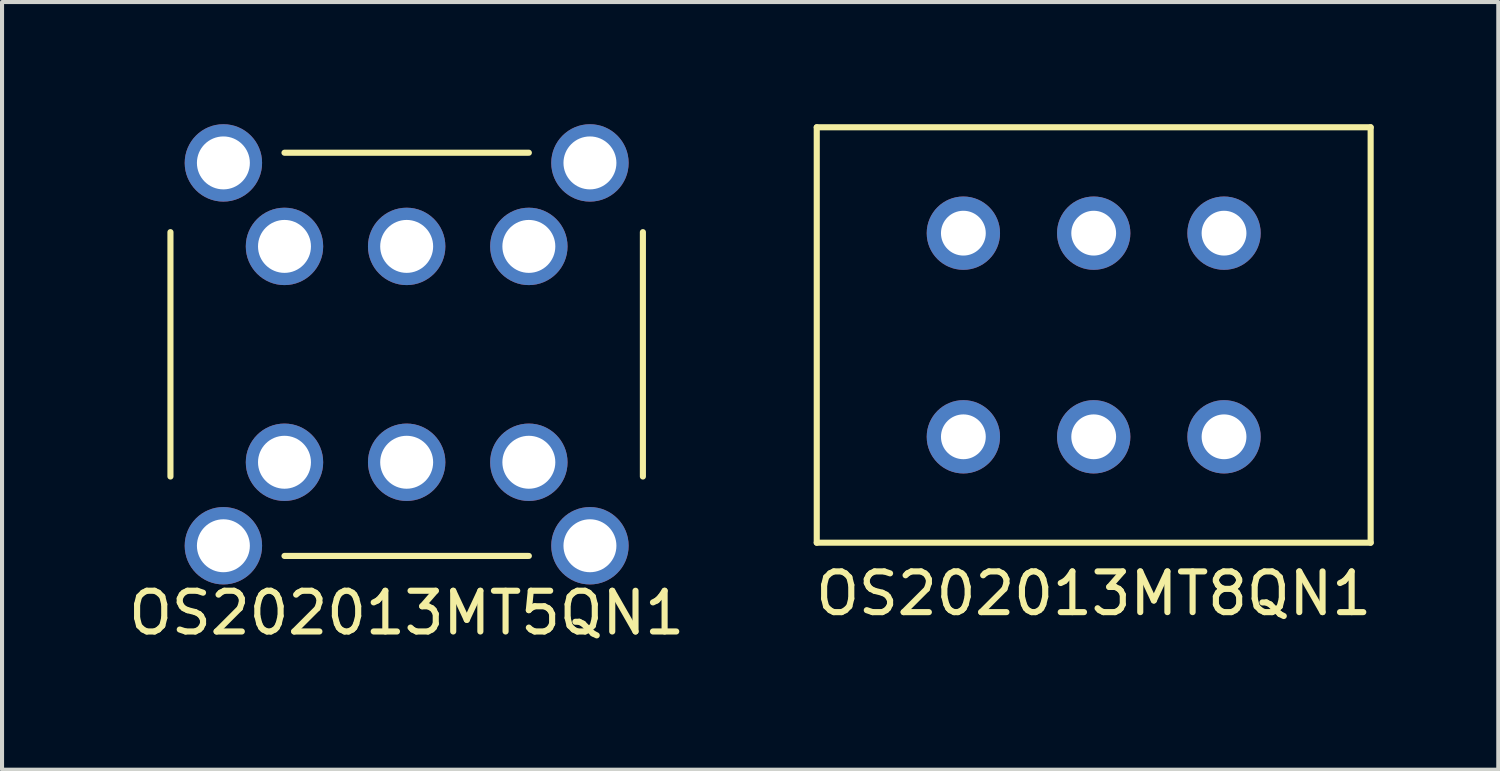
<source format=kicad_pcb>
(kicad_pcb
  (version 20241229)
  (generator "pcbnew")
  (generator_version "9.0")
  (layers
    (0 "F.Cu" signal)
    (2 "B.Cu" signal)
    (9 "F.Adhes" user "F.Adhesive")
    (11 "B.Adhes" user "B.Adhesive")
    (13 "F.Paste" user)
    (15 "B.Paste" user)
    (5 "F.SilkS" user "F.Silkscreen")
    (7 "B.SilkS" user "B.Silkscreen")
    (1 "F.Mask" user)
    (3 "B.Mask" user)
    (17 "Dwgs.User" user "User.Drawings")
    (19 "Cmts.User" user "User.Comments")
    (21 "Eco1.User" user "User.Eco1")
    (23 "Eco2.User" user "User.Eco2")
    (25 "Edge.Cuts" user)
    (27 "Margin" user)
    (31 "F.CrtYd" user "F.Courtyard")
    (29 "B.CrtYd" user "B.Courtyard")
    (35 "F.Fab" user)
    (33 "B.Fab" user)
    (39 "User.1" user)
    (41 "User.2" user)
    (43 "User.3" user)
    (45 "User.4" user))
  (footprint "OS202013MT8QN1"
    (layer "F.Cu")
    (at 23.804 5.175)
    (property "Reference" "OS202013MT8QN1" (at 0 6.35 0) (layer "F.SilkS") (effects (font (size 1 1) (thickness 0.15))))
    (attr through_hole)
    (fp_line (start -6.8 -5.1) (end 6.8 -5.1) (stroke (width 0.15) (type solid)) (layer "F.SilkS"))
    (fp_line (start -6.8 5.1) (end -6.8 -5.1) (stroke (width 0.15) (type solid)) (layer "F.SilkS"))
    (fp_line (start 6.8 -5.1) (end 6.8 5.1) (stroke (width 0.15) (type solid)) (layer "F.SilkS"))
    (fp_line (start 6.8 5.1) (end -6.8 5.1) (stroke (width 0.15) (type solid)) (layer "F.SilkS"))
    (pad "1" thru_hole circle (at -3.2 -2.5) (size 1.8 1.8) (drill 1.1) (layers "*.Cu" "*.Mask"))
    (pad "2" thru_hole circle (at 0 -2.5) (size 1.8 1.8) (drill 1.1) (layers "*.Cu" "*.Mask"))
    (pad "3" thru_hole circle (at 3.2 -2.5) (size 1.8 1.8) (drill 1.1) (layers "*.Cu" "*.Mask"))
    (pad "4" thru_hole circle (at -3.2 2.5) (size 1.8 1.8) (drill 1.1) (layers "*.Cu" "*.Mask"))
    (pad "5" thru_hole circle (at 0 2.5) (size 1.8 1.8) (drill 1.1) (layers "*.Cu" "*.Mask"))
    (pad "6" thru_hole circle (at 3.2 2.5) (size 1.8 1.8) (drill 1.1) (layers "*.Cu" "*.Mask")))
  (footprint "OS202013MT5QN1"
    (layer "F.Cu")
    (at 6.935 5.65)
    (property "Reference" "OS202013MT5QN1" (at 0 6.35 0) (layer "F.SilkS") (effects (font (size 1 1) (thickness 0.15))))
    (attr through_hole)
    (fp_line (start -5.8 3) (end -5.8 -3) (stroke (width 0.15) (type solid)) (layer "F.SilkS"))
    (fp_line (start -3 -4.95) (end 3 -4.95) (stroke (width 0.15) (type solid)) (layer "F.SilkS"))
    (fp_line (start 3 4.95) (end -3 4.95) (stroke (width 0.15) (type solid)) (layer "F.SilkS"))
    (fp_line (start 5.8 -3) (end 5.8 3) (stroke (width 0.15) (type solid)) (layer "F.SilkS"))
    (pad "" thru_hole circle (at -4.5 -4.7) (size 1.9 1.9) (drill 1.3) (layers "*.Cu" "*.Mask"))
    (pad "" thru_hole circle (at -4.5 4.7) (size 1.9 1.9) (drill 1.3) (layers "*.Cu" "*.Mask"))
    (pad "" thru_hole circle (at 4.5 -4.7) (size 1.9 1.9) (drill 1.3) (layers "*.Cu" "*.Mask"))
    (pad "" thru_hole circle (at 4.5 4.7) (size 1.9 1.9) (drill 1.3) (layers "*.Cu" "*.Mask"))
    (pad "1" thru_hole circle (at -3 -2.65) (size 1.9 1.9) (drill 1.3) (layers "*.Cu" "*.Mask"))
    (pad "2" thru_hole circle (at 0 -2.65) (size 1.9 1.9) (drill 1.3) (layers "*.Cu" "*.Mask"))
    (pad "3" thru_hole circle (at 3 -2.65) (size 1.9 1.9) (drill 1.3) (layers "*.Cu" "*.Mask"))
    (pad "4" thru_hole circle (at -3 2.65) (size 1.9 1.9) (drill 1.3) (layers "*.Cu" "*.Mask"))
    (pad "5" thru_hole circle (at 0 2.65) (size 1.9 1.9) (drill 1.3) (layers "*.Cu" "*.Mask"))
    (pad "6" thru_hole circle (at 3 2.65) (size 1.9 1.9) (drill 1.3) (layers "*.Cu" "*.Mask")))
  (gr_rect
    (start -3 -3)
    (end 33.738 15.848)
    (stroke (width 0.1) (type default))
    (fill no)
    (layer "Edge.Cuts")))
</source>
